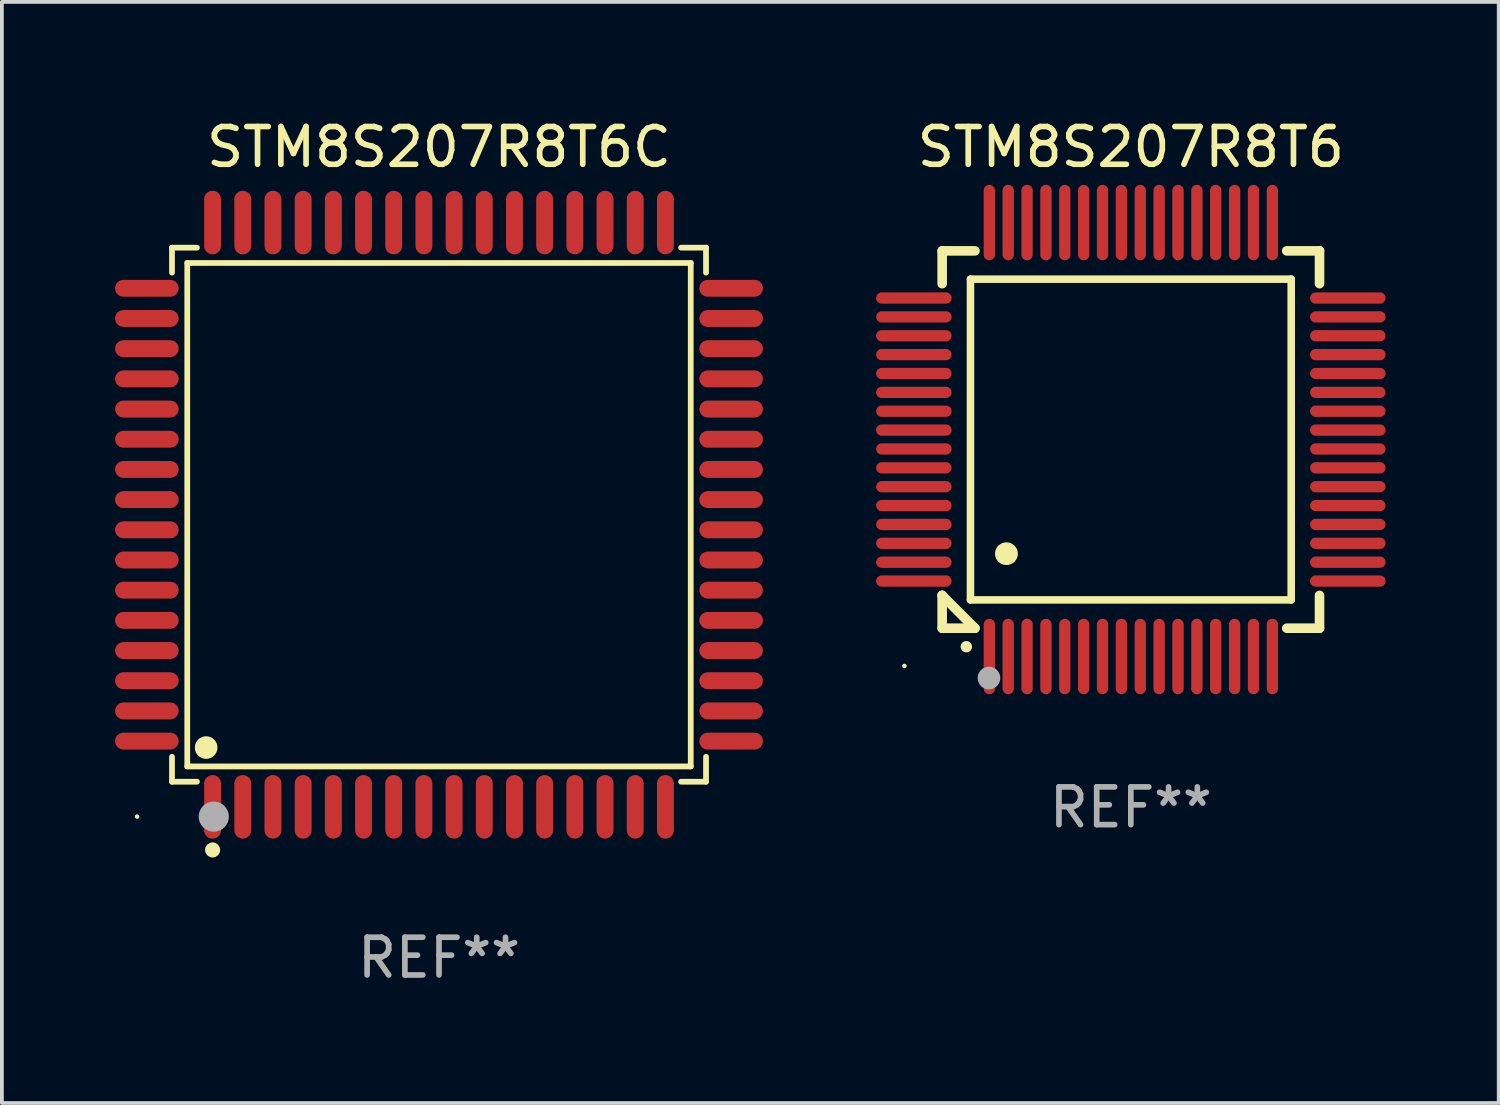
<source format=kicad_pcb>
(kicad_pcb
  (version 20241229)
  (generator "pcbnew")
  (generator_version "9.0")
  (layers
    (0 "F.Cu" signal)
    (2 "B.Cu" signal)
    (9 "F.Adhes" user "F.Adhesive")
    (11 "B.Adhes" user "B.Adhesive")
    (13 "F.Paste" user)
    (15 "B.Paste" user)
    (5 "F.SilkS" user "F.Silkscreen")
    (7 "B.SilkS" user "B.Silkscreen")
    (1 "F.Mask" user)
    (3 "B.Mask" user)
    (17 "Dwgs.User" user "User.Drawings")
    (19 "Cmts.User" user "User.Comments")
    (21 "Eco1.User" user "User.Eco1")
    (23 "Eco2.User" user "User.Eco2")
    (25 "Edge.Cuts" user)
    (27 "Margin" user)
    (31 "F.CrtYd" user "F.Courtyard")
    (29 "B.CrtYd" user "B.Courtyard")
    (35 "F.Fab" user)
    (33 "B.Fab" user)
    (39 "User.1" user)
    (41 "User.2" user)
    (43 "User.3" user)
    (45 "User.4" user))
  (footprint "STM8S207R8T6C"
    (layer "F.Cu")
    (at 8.584 10.59)
    (property "Reference" "STM8S207R8T6C" (at 0 -9.742 0) (layer "F.SilkS") (effects (font (size 1 1) (thickness 0.15))))
    (attr through_hole)
    (fp_line (start -7.076 -7.076) (end -6.415 -7.076) (stroke (width 0.152) (type solid)) (layer "F.SilkS"))
    (fp_line (start -7.076 -6.415) (end -7.076 -7.076) (stroke (width 0.152) (type solid)) (layer "F.SilkS"))
    (fp_line (start -7.076 6.415) (end -7.076 7.076) (stroke (width 0.152) (type solid)) (layer "F.SilkS"))
    (fp_line (start -7.076 7.076) (end -6.415 7.076) (stroke (width 0.152) (type solid)) (layer "F.SilkS"))
    (fp_line (start -6.671 -6.671) (end 6.671 -6.671) (stroke (width 0.152) (type solid)) (layer "F.SilkS"))
    (fp_line (start -6.671 6.671) (end -6.671 -6.671) (stroke (width 0.152) (type solid)) (layer "F.SilkS"))
    (fp_line (start 6.671 -6.671) (end 6.671 6.671) (stroke (width 0.152) (type solid)) (layer "F.SilkS"))
    (fp_line (start 6.671 6.671) (end -6.671 6.671) (stroke (width 0.152) (type solid)) (layer "F.SilkS"))
    (fp_line (start 7.076 -7.076) (end 6.415 -7.076) (stroke (width 0.152) (type solid)) (layer "F.SilkS"))
    (fp_line (start 7.076 -6.415) (end 7.076 -7.076) (stroke (width 0.152) (type solid)) (layer "F.SilkS"))
    (fp_line (start 7.076 6.415) (end 7.076 7.076) (stroke (width 0.152) (type solid)) (layer "F.SilkS"))
    (fp_line (start 7.076 7.076) (end 6.415 7.076) (stroke (width 0.152) (type solid)) (layer "F.SilkS"))
    (fp_circle (center -8 8) (end -7.97 8) (stroke (width 0.06) (type solid)) (fill no) (layer "F.SilkS"))
    (fp_circle (center -6.171 6.171) (end -6.021 6.171) (stroke (width 0.3) (type solid)) (fill no) (layer "F.SilkS"))
    (fp_circle (center -6 8.884) (end -5.9 8.884) (stroke (width 0.2) (type solid)) (fill no) (layer "F.SilkS"))
    (fp_circle (center -5.969 8.001) (end -5.769 8.001) (stroke (width 0.4) (type solid)) (fill no) (layer "F.Fab"))
    (fp_text user "REF**" (at 0 11.742 0) (layer "F.Fab") (effects (font (size 1 1) (thickness 0.15))))
    (pad "1" smd oval (at -6 7.742) (size 0.448 1.684) (layers "F.Cu" "F.Mask" "F.Paste"))
    (pad "2" smd oval (at -5.2 7.742) (size 0.448 1.684) (layers "F.Cu" "F.Mask" "F.Paste"))
    (pad "3" smd oval (at -4.4 7.742) (size 0.448 1.684) (layers "F.Cu" "F.Mask" "F.Paste"))
    (pad "4" smd oval (at -3.6 7.742) (size 0.448 1.684) (layers "F.Cu" "F.Mask" "F.Paste"))
    (pad "5" smd oval (at -2.8 7.742) (size 0.448 1.684) (layers "F.Cu" "F.Mask" "F.Paste"))
    (pad "6" smd oval (at -2 7.742) (size 0.448 1.684) (layers "F.Cu" "F.Mask" "F.Paste"))
    (pad "7" smd oval (at -1.2 7.742) (size 0.448 1.684) (layers "F.Cu" "F.Mask" "F.Paste"))
    (pad "8" smd oval (at -0.4 7.742) (size 0.448 1.684) (layers "F.Cu" "F.Mask" "F.Paste"))
    (pad "9" smd oval (at 0.4 7.742) (size 0.448 1.684) (layers "F.Cu" "F.Mask" "F.Paste"))
    (pad "10" smd oval (at 1.2 7.742) (size 0.448 1.684) (layers "F.Cu" "F.Mask" "F.Paste"))
    (pad "11" smd oval (at 2 7.742) (size 0.448 1.684) (layers "F.Cu" "F.Mask" "F.Paste"))
    (pad "12" smd oval (at 2.8 7.742) (size 0.448 1.684) (layers "F.Cu" "F.Mask" "F.Paste"))
    (pad "13" smd oval (at 3.6 7.742) (size 0.448 1.684) (layers "F.Cu" "F.Mask" "F.Paste"))
    (pad "14" smd oval (at 4.4 7.742) (size 0.448 1.684) (layers "F.Cu" "F.Mask" "F.Paste"))
    (pad "15" smd oval (at 5.2 7.742) (size 0.448 1.684) (layers "F.Cu" "F.Mask" "F.Paste"))
    (pad "16" smd oval (at 6 7.742) (size 0.448 1.684) (layers "F.Cu" "F.Mask" "F.Paste"))
    (pad "17" smd oval (at 7.742 6) (size 1.684 0.448) (layers "F.Cu" "F.Mask" "F.Paste"))
    (pad "18" smd oval (at 7.742 5.2) (size 1.684 0.448) (layers "F.Cu" "F.Mask" "F.Paste"))
    (pad "19" smd oval (at 7.742 4.4) (size 1.684 0.448) (layers "F.Cu" "F.Mask" "F.Paste"))
    (pad "20" smd oval (at 7.742 3.6) (size 1.684 0.448) (layers "F.Cu" "F.Mask" "F.Paste"))
    (pad "21" smd oval (at 7.742 2.8) (size 1.684 0.448) (layers "F.Cu" "F.Mask" "F.Paste"))
    (pad "22" smd oval (at 7.742 2) (size 1.684 0.448) (layers "F.Cu" "F.Mask" "F.Paste"))
    (pad "23" smd oval (at 7.742 1.2) (size 1.684 0.448) (layers "F.Cu" "F.Mask" "F.Paste"))
    (pad "24" smd oval (at 7.742 0.4) (size 1.684 0.448) (layers "F.Cu" "F.Mask" "F.Paste"))
    (pad "25" smd oval (at 7.742 -0.4) (size 1.684 0.448) (layers "F.Cu" "F.Mask" "F.Paste"))
    (pad "26" smd oval (at 7.742 -1.2) (size 1.684 0.448) (layers "F.Cu" "F.Mask" "F.Paste"))
    (pad "27" smd oval (at 7.742 -2) (size 1.684 0.448) (layers "F.Cu" "F.Mask" "F.Paste"))
    (pad "28" smd oval (at 7.742 -2.8) (size 1.684 0.448) (layers "F.Cu" "F.Mask" "F.Paste"))
    (pad "29" smd oval (at 7.742 -3.6) (size 1.684 0.448) (layers "F.Cu" "F.Mask" "F.Paste"))
    (pad "30" smd oval (at 7.742 -4.4) (size 1.684 0.448) (layers "F.Cu" "F.Mask" "F.Paste"))
    (pad "31" smd oval (at 7.742 -5.2) (size 1.684 0.448) (layers "F.Cu" "F.Mask" "F.Paste"))
    (pad "32" smd oval (at 7.742 -6) (size 1.684 0.448) (layers "F.Cu" "F.Mask" "F.Paste"))
    (pad "33" smd oval (at 6 -7.742) (size 0.448 1.684) (layers "F.Cu" "F.Mask" "F.Paste"))
    (pad "34" smd oval (at 5.2 -7.742) (size 0.448 1.684) (layers "F.Cu" "F.Mask" "F.Paste"))
    (pad "35" smd oval (at 4.4 -7.742) (size 0.448 1.684) (layers "F.Cu" "F.Mask" "F.Paste"))
    (pad "36" smd oval (at 3.6 -7.742) (size 0.448 1.684) (layers "F.Cu" "F.Mask" "F.Paste"))
    (pad "37" smd oval (at 2.8 -7.742) (size 0.448 1.684) (layers "F.Cu" "F.Mask" "F.Paste"))
    (pad "38" smd oval (at 2 -7.742) (size 0.448 1.684) (layers "F.Cu" "F.Mask" "F.Paste"))
    (pad "39" smd oval (at 1.2 -7.742) (size 0.448 1.684) (layers "F.Cu" "F.Mask" "F.Paste"))
    (pad "40" smd oval (at 0.4 -7.742) (size 0.448 1.684) (layers "F.Cu" "F.Mask" "F.Paste"))
    (pad "41" smd oval (at -0.4 -7.742) (size 0.448 1.684) (layers "F.Cu" "F.Mask" "F.Paste"))
    (pad "42" smd oval (at -1.2 -7.742) (size 0.448 1.684) (layers "F.Cu" "F.Mask" "F.Paste"))
    (pad "43" smd oval (at -2 -7.742) (size 0.448 1.684) (layers "F.Cu" "F.Mask" "F.Paste"))
    (pad "44" smd oval (at -2.8 -7.742) (size 0.448 1.684) (layers "F.Cu" "F.Mask" "F.Paste"))
    (pad "45" smd oval (at -3.6 -7.742) (size 0.448 1.684) (layers "F.Cu" "F.Mask" "F.Paste"))
    (pad "46" smd oval (at -4.4 -7.742) (size 0.448 1.684) (layers "F.Cu" "F.Mask" "F.Paste"))
    (pad "47" smd oval (at -5.2 -7.742) (size 0.448 1.684) (layers "F.Cu" "F.Mask" "F.Paste"))
    (pad "48" smd oval (at -6 -7.742) (size 0.448 1.684) (layers "F.Cu" "F.Mask" "F.Paste"))
    (pad "49" smd oval (at -7.742 -6) (size 1.684 0.448) (layers "F.Cu" "F.Mask" "F.Paste"))
    (pad "50" smd oval (at -7.742 -5.2) (size 1.684 0.448) (layers "F.Cu" "F.Mask" "F.Paste"))
    (pad "51" smd oval (at -7.742 -4.4) (size 1.684 0.448) (layers "F.Cu" "F.Mask" "F.Paste"))
    (pad "52" smd oval (at -7.742 -3.6) (size 1.684 0.448) (layers "F.Cu" "F.Mask" "F.Paste"))
    (pad "53" smd oval (at -7.742 -2.8) (size 1.684 0.448) (layers "F.Cu" "F.Mask" "F.Paste"))
    (pad "54" smd oval (at -7.742 -2) (size 1.684 0.448) (layers "F.Cu" "F.Mask" "F.Paste"))
    (pad "55" smd oval (at -7.742 -1.2) (size 1.684 0.448) (layers "F.Cu" "F.Mask" "F.Paste"))
    (pad "56" smd oval (at -7.742 -0.4) (size 1.684 0.448) (layers "F.Cu" "F.Mask" "F.Paste"))
    (pad "57" smd oval (at -7.742 0.4) (size 1.684 0.448) (layers "F.Cu" "F.Mask" "F.Paste"))
    (pad "58" smd oval (at -7.742 1.2) (size 1.684 0.448) (layers "F.Cu" "F.Mask" "F.Paste"))
    (pad "59" smd oval (at -7.742 2) (size 1.684 0.448) (layers "F.Cu" "F.Mask" "F.Paste"))
    (pad "60" smd oval (at -7.742 2.8) (size 1.684 0.448) (layers "F.Cu" "F.Mask" "F.Paste"))
    (pad "61" smd oval (at -7.742 3.6) (size 1.684 0.448) (layers "F.Cu" "F.Mask" "F.Paste"))
    (pad "62" smd oval (at -7.742 4.4) (size 1.684 0.448) (layers "F.Cu" "F.Mask" "F.Paste"))
    (pad "63" smd oval (at -7.742 5.2) (size 1.684 0.448) (layers "F.Cu" "F.Mask" "F.Paste"))
    (pad "64" smd oval (at -7.742 6) (size 1.684 0.448) (layers "F.Cu" "F.Mask" "F.Paste")))
  (footprint "STM8S207R8T6"
    (layer "F.Cu")
    (at 26.918 8.598)
    (property "Reference" "STM8S207R8T6" (at 0 -7.75 0) (layer "F.SilkS") (effects (font (size 1 1) (thickness 0.15))))
    (attr through_hole)
    (fp_line (start -5 -5) (end -4.131 -5) (stroke (width 0.254) (type solid)) (layer "F.SilkS"))
    (fp_line (start -5 -4.131) (end -5 -5) (stroke (width 0.254) (type solid)) (layer "F.SilkS"))
    (fp_line (start -5 4.131) (end -5 4.131) (stroke (width 0.254) (type solid)) (layer "F.SilkS"))
    (fp_line (start -5 5) (end -5 4.131) (stroke (width 0.254) (type solid)) (layer "F.SilkS"))
    (fp_line (start -5 4.131) (end -4.131 5) (stroke (width 0.254) (type solid)) (layer "F.SilkS"))
    (fp_line (start -4.25 -4.25) (end -4.25 4.25) (stroke (width 0.2) (type solid)) (layer "F.SilkS"))
    (fp_line (start -4.25 4.25) (end 4.25 4.25) (stroke (width 0.2) (type solid)) (layer "F.SilkS"))
    (fp_line (start -4.131 5) (end -5 5) (stroke (width 0.254) (type solid)) (layer "F.SilkS"))
    (fp_line (start 4.25 -4.25) (end -4.25 -4.25) (stroke (width 0.2) (type solid)) (layer "F.SilkS"))
    (fp_line (start 4.25 4.25) (end 4.25 -4.25) (stroke (width 0.2) (type solid)) (layer "F.SilkS"))
    (fp_line (start 5 -5) (end 4.131 -5) (stroke (width 0.254) (type solid)) (layer "F.SilkS"))
    (fp_line (start 5 -5) (end 5 -4.131) (stroke (width 0.254) (type solid)) (layer "F.SilkS"))
    (fp_line (start 5 4.131) (end 5 5) (stroke (width 0.254) (type solid)) (layer "F.SilkS"))
    (fp_line (start 5 5) (end 4.131 5) (stroke (width 0.254) (type solid)) (layer "F.SilkS"))
    (fp_arc (start -4.361265 5.489992) (mid -4.359995 5.489987) (end -4.358725 5.489992) (stroke (width 0.3) (type solid)) (layer "F.SilkS"))
    (fp_arc (start -3.299467 3.025146) (mid -3.296927 3.025135) (end -3.294387 3.025146) (stroke (width 0.6) (type solid)) (layer "F.SilkS"))
    (fp_circle (center -6 6) (end -5.97 6) (stroke (width 0.06) (type solid)) (fill no) (layer "F.SilkS"))
    (fp_circle (center -3.76 6.32) (end -3.61 6.32) (stroke (width 0.3) (type solid)) (fill no) (layer "F.Fab"))
    (fp_text user "REF**" (at 0 9.75 0) (layer "F.Fab") (effects (font (size 1 1) (thickness 0.15))))
    (pad "1" smd oval (at -3.75 5.75) (size 0.3 2) (layers "F.Cu" "F.Mask" "F.Paste"))
    (pad "2" smd oval (at -3.25 5.75) (size 0.3 2) (layers "F.Cu" "F.Mask" "F.Paste"))
    (pad "3" smd oval (at -2.75 5.75) (size 0.3 2) (layers "F.Cu" "F.Mask" "F.Paste"))
    (pad "4" smd oval (at -2.25 5.75) (size 0.3 2) (layers "F.Cu" "F.Mask" "F.Paste"))
    (pad "5" smd oval (at -1.75 5.75) (size 0.3 2) (layers "F.Cu" "F.Mask" "F.Paste"))
    (pad "6" smd oval (at -1.25 5.75) (size 0.3 2) (layers "F.Cu" "F.Mask" "F.Paste"))
    (pad "7" smd oval (at -0.75 5.75) (size 0.3 2) (layers "F.Cu" "F.Mask" "F.Paste"))
    (pad "8" smd oval (at -0.25 5.75) (size 0.3 2) (layers "F.Cu" "F.Mask" "F.Paste"))
    (pad "9" smd oval (at 0.25 5.75) (size 0.3 2) (layers "F.Cu" "F.Mask" "F.Paste"))
    (pad "10" smd oval (at 0.75 5.75) (size 0.3 2) (layers "F.Cu" "F.Mask" "F.Paste"))
    (pad "11" smd oval (at 1.25 5.75) (size 0.3 2) (layers "F.Cu" "F.Mask" "F.Paste"))
    (pad "12" smd oval (at 1.75 5.75) (size 0.3 2) (layers "F.Cu" "F.Mask" "F.Paste"))
    (pad "13" smd oval (at 2.25 5.75) (size 0.3 2) (layers "F.Cu" "F.Mask" "F.Paste"))
    (pad "14" smd oval (at 2.75 5.75) (size 0.3 2) (layers "F.Cu" "F.Mask" "F.Paste"))
    (pad "15" smd oval (at 3.25 5.75) (size 0.3 2) (layers "F.Cu" "F.Mask" "F.Paste"))
    (pad "16" smd oval (at 3.75 5.75) (size 0.3 2) (layers "F.Cu" "F.Mask" "F.Paste"))
    (pad "17" smd oval (at 5.75 3.75) (size 2 0.3) (layers "F.Cu" "F.Mask" "F.Paste"))
    (pad "18" smd oval (at 5.75 3.25) (size 2 0.3) (layers "F.Cu" "F.Mask" "F.Paste"))
    (pad "19" smd oval (at 5.75 2.75) (size 2 0.3) (layers "F.Cu" "F.Mask" "F.Paste"))
    (pad "20" smd oval (at 5.75 2.25) (size 2 0.3) (layers "F.Cu" "F.Mask" "F.Paste"))
    (pad "21" smd oval (at 5.75 1.75) (size 2 0.3) (layers "F.Cu" "F.Mask" "F.Paste"))
    (pad "22" smd oval (at 5.75 1.25) (size 2 0.3) (layers "F.Cu" "F.Mask" "F.Paste"))
    (pad "23" smd oval (at 5.75 0.75) (size 2 0.3) (layers "F.Cu" "F.Mask" "F.Paste"))
    (pad "24" smd oval (at 5.75 0.25) (size 2 0.3) (layers "F.Cu" "F.Mask" "F.Paste"))
    (pad "25" smd oval (at 5.75 -0.25) (size 2 0.3) (layers "F.Cu" "F.Mask" "F.Paste"))
    (pad "26" smd oval (at 5.75 -0.75) (size 2 0.3) (layers "F.Cu" "F.Mask" "F.Paste"))
    (pad "27" smd oval (at 5.75 -1.25) (size 2 0.3) (layers "F.Cu" "F.Mask" "F.Paste"))
    (pad "28" smd oval (at 5.75 -1.75) (size 2 0.3) (layers "F.Cu" "F.Mask" "F.Paste"))
    (pad "29" smd oval (at 5.75 -2.25) (size 2 0.3) (layers "F.Cu" "F.Mask" "F.Paste"))
    (pad "30" smd oval (at 5.75 -2.75) (size 2 0.3) (layers "F.Cu" "F.Mask" "F.Paste"))
    (pad "31" smd oval (at 5.75 -3.25) (size 2 0.3) (layers "F.Cu" "F.Mask" "F.Paste"))
    (pad "32" smd oval (at 5.75 -3.75) (size 2 0.3) (layers "F.Cu" "F.Mask" "F.Paste"))
    (pad "33" smd oval (at 3.75 -5.75) (size 0.3 2) (layers "F.Cu" "F.Mask" "F.Paste"))
    (pad "34" smd oval (at 3.25 -5.75) (size 0.3 2) (layers "F.Cu" "F.Mask" "F.Paste"))
    (pad "35" smd oval (at 2.75 -5.75) (size 0.3 2) (layers "F.Cu" "F.Mask" "F.Paste"))
    (pad "36" smd oval (at 2.25 -5.75) (size 0.3 2) (layers "F.Cu" "F.Mask" "F.Paste"))
    (pad "37" smd oval (at 1.75 -5.75) (size 0.3 2) (layers "F.Cu" "F.Mask" "F.Paste"))
    (pad "38" smd oval (at 1.25 -5.75) (size 0.3 2) (layers "F.Cu" "F.Mask" "F.Paste"))
    (pad "39" smd oval (at 0.75 -5.75) (size 0.3 2) (layers "F.Cu" "F.Mask" "F.Paste"))
    (pad "40" smd oval (at 0.25 -5.75) (size 0.3 2) (layers "F.Cu" "F.Mask" "F.Paste"))
    (pad "41" smd oval (at -0.25 -5.75) (size 0.3 2) (layers "F.Cu" "F.Mask" "F.Paste"))
    (pad "42" smd oval (at -0.75 -5.75) (size 0.3 2) (layers "F.Cu" "F.Mask" "F.Paste"))
    (pad "43" smd oval (at -1.25 -5.75) (size 0.3 2) (layers "F.Cu" "F.Mask" "F.Paste"))
    (pad "44" smd oval (at -1.75 -5.75) (size 0.3 2) (layers "F.Cu" "F.Mask" "F.Paste"))
    (pad "45" smd oval (at -2.25 -5.75) (size 0.3 2) (layers "F.Cu" "F.Mask" "F.Paste"))
    (pad "46" smd oval (at -2.75 -5.75) (size 0.3 2) (layers "F.Cu" "F.Mask" "F.Paste"))
    (pad "47" smd oval (at -3.25 -5.75) (size 0.3 2) (layers "F.Cu" "F.Mask" "F.Paste"))
    (pad "48" smd oval (at -3.75 -5.75) (size 0.3 2) (layers "F.Cu" "F.Mask" "F.Paste"))
    (pad "49" smd oval (at -5.75 -3.75) (size 2 0.3) (layers "F.Cu" "F.Mask" "F.Paste"))
    (pad "50" smd oval (at -5.75 -3.25) (size 2 0.3) (layers "F.Cu" "F.Mask" "F.Paste"))
    (pad "51" smd oval (at -5.75 -2.75) (size 2 0.3) (layers "F.Cu" "F.Mask" "F.Paste"))
    (pad "52" smd oval (at -5.75 -2.25) (size 2 0.3) (layers "F.Cu" "F.Mask" "F.Paste"))
    (pad "53" smd oval (at -5.75 -1.75) (size 2 0.3) (layers "F.Cu" "F.Mask" "F.Paste"))
    (pad "54" smd oval (at -5.75 -1.25) (size 2 0.3) (layers "F.Cu" "F.Mask" "F.Paste"))
    (pad "55" smd oval (at -5.75 -0.75) (size 2 0.3) (layers "F.Cu" "F.Mask" "F.Paste"))
    (pad "56" smd oval (at -5.75 -0.25) (size 2 0.3) (layers "F.Cu" "F.Mask" "F.Paste"))
    (pad "57" smd oval (at -5.75 0.25) (size 2 0.3) (layers "F.Cu" "F.Mask" "F.Paste"))
    (pad "58" smd oval (at -5.75 0.75) (size 2 0.3) (layers "F.Cu" "F.Mask" "F.Paste"))
    (pad "59" smd oval (at -5.75 1.25) (size 2 0.3) (layers "F.Cu" "F.Mask" "F.Paste"))
    (pad "60" smd oval (at -5.75 1.75) (size 2 0.3) (layers "F.Cu" "F.Mask" "F.Paste"))
    (pad "61" smd oval (at -5.75 2.25) (size 2 0.3) (layers "F.Cu" "F.Mask" "F.Paste"))
    (pad "62" smd oval (at -5.75 2.75) (size 2 0.3) (layers "F.Cu" "F.Mask" "F.Paste"))
    (pad "63" smd oval (at -5.75 3.25) (size 2 0.3) (layers "F.Cu" "F.Mask" "F.Paste"))
    (pad "64" smd oval (at -5.75 3.75) (size 2 0.3) (layers "F.Cu" "F.Mask" "F.Paste")))
  (gr_rect
    (start -3 -3)
    (end 36.667 26.18)
    (stroke (width 0.1) (type default))
    (fill no)
    (layer "Edge.Cuts")))
</source>
